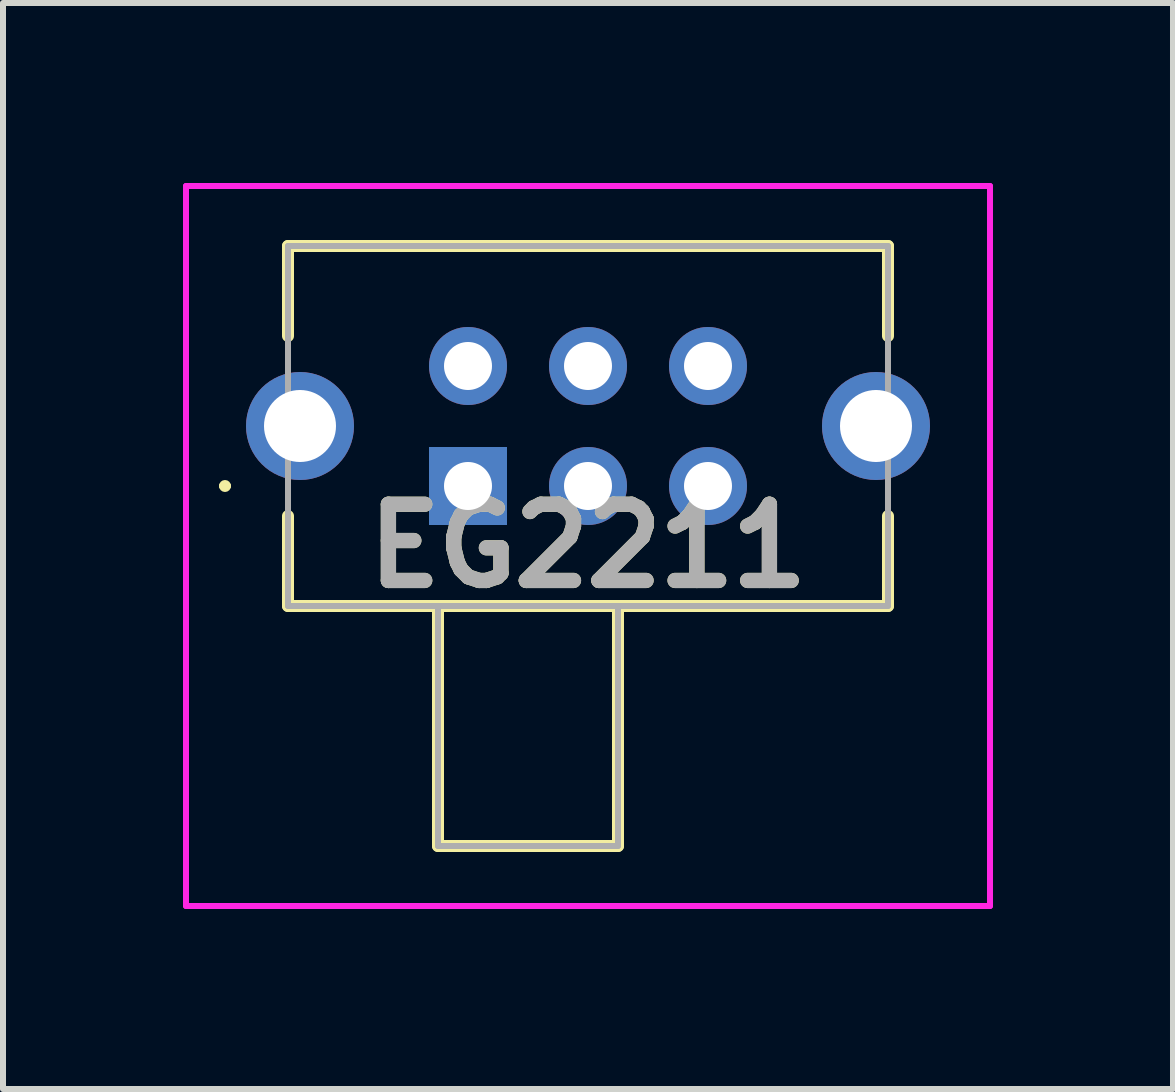
<source format=kicad_pcb>
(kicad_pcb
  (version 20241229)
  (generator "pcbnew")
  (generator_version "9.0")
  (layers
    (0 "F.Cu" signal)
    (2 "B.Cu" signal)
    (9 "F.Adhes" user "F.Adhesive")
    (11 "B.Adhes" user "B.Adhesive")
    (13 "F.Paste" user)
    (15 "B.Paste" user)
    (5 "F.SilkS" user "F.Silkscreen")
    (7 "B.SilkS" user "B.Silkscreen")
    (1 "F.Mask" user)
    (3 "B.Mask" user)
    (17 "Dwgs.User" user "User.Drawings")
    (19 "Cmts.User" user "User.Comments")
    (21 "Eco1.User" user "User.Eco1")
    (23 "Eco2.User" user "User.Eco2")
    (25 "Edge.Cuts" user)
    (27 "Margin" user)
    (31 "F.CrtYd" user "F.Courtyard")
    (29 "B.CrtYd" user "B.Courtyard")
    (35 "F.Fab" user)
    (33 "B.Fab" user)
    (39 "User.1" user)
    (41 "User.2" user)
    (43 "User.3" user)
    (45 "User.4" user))
  (footprint "EG2211"
    (layer "F.Cu")
    (at 4.75 5.05)
    (property "Reference" "EG2211" (at 2 1 0) (layer "F.SilkS") (effects (font (size 1.27 1.27) (thickness 0.254))))
    (attr through_hole)
    (fp_line (start -4.1 0) (end -4.1 0) (stroke (width 0.1) (type solid)) (layer "F.SilkS"))
    (fp_line (start -4 0) (end -4 0) (stroke (width 0.1) (type solid)) (layer "F.SilkS"))
    (fp_line (start -3 -4) (end 7 -4) (stroke (width 0.2) (type solid)) (layer "F.SilkS"))
    (fp_line (start -3 -2.5) (end -3 -4) (stroke (width 0.2) (type solid)) (layer "F.SilkS"))
    (fp_line (start -3 0.5) (end -3 2) (stroke (width 0.2) (type solid)) (layer "F.SilkS"))
    (fp_line (start -3 2) (end 7 2) (stroke (width 0.2) (type solid)) (layer "F.SilkS"))
    (fp_line (start -0.5 2) (end -0.5 6) (stroke (width 0.2) (type solid)) (layer "F.SilkS"))
    (fp_line (start -0.5 6) (end 2.5 6) (stroke (width 0.2) (type solid)) (layer "F.SilkS"))
    (fp_line (start 2.5 6) (end 2.5 2) (stroke (width 0.2) (type solid)) (layer "F.SilkS"))
    (fp_line (start 7 -4) (end 7 -2.5) (stroke (width 0.2) (type solid)) (layer "F.SilkS"))
    (fp_line (start 7 2) (end 7 0.5) (stroke (width 0.2) (type solid)) (layer "F.SilkS"))
    (fp_arc (start -4.1 0) (mid -4.05 -0.05) (end -4 0) (stroke (width 0.1) (type solid)) (layer "F.SilkS"))
    (fp_arc (start -4 0) (mid -4.05 0.05) (end -4.1 0) (stroke (width 0.1) (type solid)) (layer "F.SilkS"))
    (fp_line (start -4.7 -5) (end 8.7 -5) (stroke (width 0.1) (type solid)) (layer "F.CrtYd"))
    (fp_line (start -4.7 7) (end -4.7 -5) (stroke (width 0.1) (type solid)) (layer "F.CrtYd"))
    (fp_line (start 8.7 -5) (end 8.7 7) (stroke (width 0.1) (type solid)) (layer "F.CrtYd"))
    (fp_line (start 8.7 7) (end -4.7 7) (stroke (width 0.1) (type solid)) (layer "F.CrtYd"))
    (fp_line (start -3 -4) (end 7 -4) (stroke (width 0.1) (type solid)) (layer "F.Fab"))
    (fp_line (start -3 2) (end -3 -4) (stroke (width 0.1) (type solid)) (layer "F.Fab"))
    (fp_line (start -0.5 2) (end -0.5 6) (stroke (width 0.1) (type solid)) (layer "F.Fab"))
    (fp_line (start -0.5 6) (end 2.5 6) (stroke (width 0.1) (type solid)) (layer "F.Fab"))
    (fp_line (start 2.5 6) (end 2.5 2) (stroke (width 0.1) (type solid)) (layer "F.Fab"))
    (fp_line (start 7 -4) (end 7 2) (stroke (width 0.1) (type solid)) (layer "F.Fab"))
    (fp_line (start 7 2) (end -3 2) (stroke (width 0.1) (type solid)) (layer "F.Fab"))
    (fp_text user "${REFERENCE}" (at 2 1 0) (layer "F.Fab") (effects (font (size 1.27 1.27) (thickness 0.254))))
    (pad "1" thru_hole rect (at 0 0) (size 1.3 1.3) (drill 0.8) (layers "*.Cu" "*.Mask"))
    (pad "2" thru_hole circle (at 2 0) (size 1.3 1.3) (drill 0.8) (layers "*.Cu" "*.Mask"))
    (pad "3" thru_hole circle (at 4 0) (size 1.3 1.3) (drill 0.8) (layers "*.Cu" "*.Mask"))
    (pad "4" thru_hole circle (at 0 -2) (size 1.3 1.3) (drill 0.8) (layers "*.Cu" "*.Mask"))
    (pad "5" thru_hole circle (at 2 -2) (size 1.3 1.3) (drill 0.8) (layers "*.Cu" "*.Mask"))
    (pad "6" thru_hole circle (at 4 -2) (size 1.3 1.3) (drill 0.8) (layers "*.Cu" "*.Mask"))
    (pad "MH1" thru_hole circle (at -2.8 -1) (size 1.8 1.8) (drill 1.2) (layers "*.Cu" "*.Mask"))
    (pad "MH2" thru_hole circle (at 6.8 -1) (size 1.8 1.8) (drill 1.2) (layers "*.Cu" "*.Mask")))
  (gr_rect
    (start -3 -3)
    (end 16.5 15.1)
    (stroke (width 0.1) (type default))
    (fill no)
    (layer "Edge.Cuts")))
</source>
